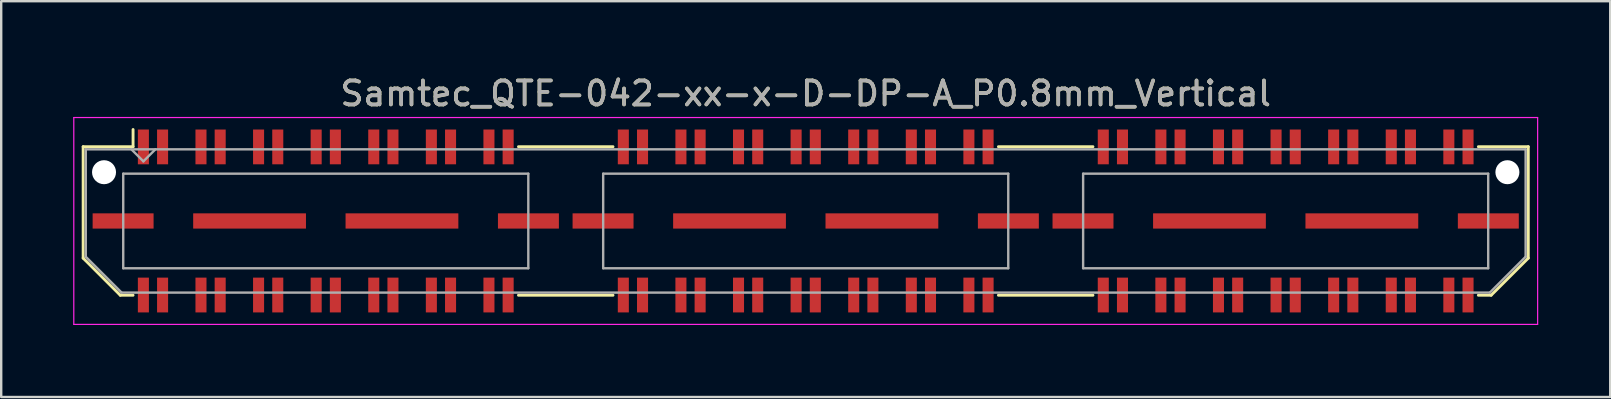
<source format=kicad_pcb>
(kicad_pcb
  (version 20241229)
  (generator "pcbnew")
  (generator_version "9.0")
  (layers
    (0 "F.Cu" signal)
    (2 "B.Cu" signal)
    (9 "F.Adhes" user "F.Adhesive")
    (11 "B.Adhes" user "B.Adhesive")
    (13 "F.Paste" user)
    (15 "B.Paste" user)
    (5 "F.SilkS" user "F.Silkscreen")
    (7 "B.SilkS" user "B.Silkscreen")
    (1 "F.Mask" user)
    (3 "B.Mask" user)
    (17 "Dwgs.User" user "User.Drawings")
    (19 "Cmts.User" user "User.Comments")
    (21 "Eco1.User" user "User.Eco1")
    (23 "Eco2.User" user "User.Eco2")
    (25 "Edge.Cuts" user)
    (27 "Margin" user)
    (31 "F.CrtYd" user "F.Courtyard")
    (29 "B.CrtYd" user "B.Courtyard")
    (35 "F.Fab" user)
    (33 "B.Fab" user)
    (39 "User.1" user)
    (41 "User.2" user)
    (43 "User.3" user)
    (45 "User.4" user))
  (footprint "Samtec_QTE-042-xx-x-D-DP-A_P0.8mm_Vertical"
    (layer "F.Cu")
    (at 30.525 6.158)
    (property "Reference" "Samtec_QTE-042-xx-x-D-DP-A_P0.8mm_Vertical" (at 0 -5.31 0) (layer "F.SilkS") (effects (font (size 1 1) (thickness 0.15))))
    (attr smd)
    (fp_line (start -30.11 -3.095) (end -30.11 1.548) (stroke (width 0.12) (type solid)) (layer "F.SilkS"))
    (fp_line (start -30.11 1.548) (end -28.562 3.095) (stroke (width 0.12) (type solid)) (layer "F.SilkS"))
    (fp_line (start -28.562 3.095) (end -28.03 3.095) (stroke (width 0.12) (type solid)) (layer "F.SilkS"))
    (fp_line (start -28.03 -3.811) (end -28.03 -3.095) (stroke (width 0.12) (type solid)) (layer "F.SilkS"))
    (fp_line (start -28.03 -3.095) (end -30.11 -3.095) (stroke (width 0.12) (type solid)) (layer "F.SilkS"))
    (fp_line (start -11.97 -3.095) (end -8.03 -3.095) (stroke (width 0.12) (type solid)) (layer "F.SilkS"))
    (fp_line (start -11.97 3.095) (end -8.03 3.095) (stroke (width 0.12) (type solid)) (layer "F.SilkS"))
    (fp_line (start 8.03 -3.095) (end 11.97 -3.095) (stroke (width 0.12) (type solid)) (layer "F.SilkS"))
    (fp_line (start 8.03 3.095) (end 11.97 3.095) (stroke (width 0.12) (type solid)) (layer "F.SilkS"))
    (fp_line (start 28.03 -3.095) (end 30.11 -3.095) (stroke (width 0.12) (type solid)) (layer "F.SilkS"))
    (fp_line (start 28.562 3.095) (end 28.03 3.095) (stroke (width 0.12) (type solid)) (layer "F.SilkS"))
    (fp_line (start 30.11 -3.095) (end 30.11 1.548) (stroke (width 0.12) (type solid)) (layer "F.SilkS"))
    (fp_line (start 30.11 1.548) (end 28.562 3.095) (stroke (width 0.12) (type solid)) (layer "F.SilkS"))
    (fp_line (start -30.5 -4.31) (end -30.5 4.31) (stroke (width 0.05) (type solid)) (layer "F.CrtYd"))
    (fp_line (start -30.5 4.31) (end 30.5 4.31) (stroke (width 0.05) (type solid)) (layer "F.CrtYd"))
    (fp_line (start 30.5 -4.31) (end -30.5 -4.31) (stroke (width 0.05) (type solid)) (layer "F.CrtYd"))
    (fp_line (start 30.5 4.31) (end 30.5 -4.31) (stroke (width 0.05) (type solid)) (layer "F.CrtYd"))
    (fp_line (start -30 -2.985) (end -30 1.492) (stroke (width 0.1) (type solid)) (layer "F.Fab"))
    (fp_line (start -30 -2.985) (end 30 -2.985) (stroke (width 0.1) (type solid)) (layer "F.Fab"))
    (fp_line (start -30 1.492) (end -28.508 2.985) (stroke (width 0.1) (type solid)) (layer "F.Fab"))
    (fp_line (start -28.508 2.985) (end 28.508 2.985) (stroke (width 0.1) (type solid)) (layer "F.Fab"))
    (fp_line (start -28.44 -1.97) (end -28.44 1.97) (stroke (width 0.1) (type solid)) (layer "F.Fab"))
    (fp_line (start -28.44 1.97) (end -11.56 1.97) (stroke (width 0.1) (type solid)) (layer "F.Fab"))
    (fp_line (start -27.6 -2.485) (end -28.1 -2.985) (stroke (width 0.1) (type solid)) (layer "F.Fab"))
    (fp_line (start -27.1 -2.985) (end -27.6 -2.485) (stroke (width 0.1) (type solid)) (layer "F.Fab"))
    (fp_line (start -11.56 -1.97) (end -28.44 -1.97) (stroke (width 0.1) (type solid)) (layer "F.Fab"))
    (fp_line (start -11.56 1.97) (end -11.56 -1.97) (stroke (width 0.1) (type solid)) (layer "F.Fab"))
    (fp_line (start -8.44 -1.97) (end -8.44 1.97) (stroke (width 0.1) (type solid)) (layer "F.Fab"))
    (fp_line (start -8.44 1.97) (end 8.44 1.97) (stroke (width 0.1) (type solid)) (layer "F.Fab"))
    (fp_line (start 8.44 -1.97) (end -8.44 -1.97) (stroke (width 0.1) (type solid)) (layer "F.Fab"))
    (fp_line (start 8.44 1.97) (end 8.44 -1.97) (stroke (width 0.1) (type solid)) (layer "F.Fab"))
    (fp_line (start 11.56 -1.97) (end 11.56 1.97) (stroke (width 0.1) (type solid)) (layer "F.Fab"))
    (fp_line (start 11.56 1.97) (end 28.44 1.97) (stroke (width 0.1) (type solid)) (layer "F.Fab"))
    (fp_line (start 28.44 -1.97) (end 11.56 -1.97) (stroke (width 0.1) (type solid)) (layer "F.Fab"))
    (fp_line (start 28.44 1.97) (end 28.44 -1.97) (stroke (width 0.1) (type solid)) (layer "F.Fab"))
    (fp_line (start 30 -2.985) (end 30 1.492) (stroke (width 0.1) (type solid)) (layer "F.Fab"))
    (fp_line (start 30 1.492) (end 28.508 2.985) (stroke (width 0.1) (type solid)) (layer "F.Fab"))
    (fp_text user "${REFERENCE}" (at 0 -5.31 0) (layer "F.Fab") (effects (font (size 1 1) (thickness 0.15))))
    (pad "" np_thru_hole circle (at -29.24 -2.032) (size 1 1) (drill 1) (layers "*.Cu" "*.Mask"))
    (pad "" np_thru_hole circle (at 29.24 -2.032) (size 1 1) (drill 1) (layers "*.Cu" "*.Mask"))
    (pad "1" smd rect (at -27.6 -3.086) (size 0.46 1.45) (layers "F.Cu" "F.Mask" "F.Paste"))
    (pad "2" smd rect (at -27.6 3.086) (size 0.46 1.45) (layers "F.Cu" "F.Mask" "F.Paste"))
    (pad "3" smd rect (at -26.8 -3.086) (size 0.46 1.45) (layers "F.Cu" "F.Mask" "F.Paste"))
    (pad "4" smd rect (at -26.8 3.086) (size 0.46 1.45) (layers "F.Cu" "F.Mask" "F.Paste"))
    (pad "5" smd rect (at -25.2 -3.086) (size 0.46 1.45) (layers "F.Cu" "F.Mask" "F.Paste"))
    (pad "6" smd rect (at -25.2 3.086) (size 0.46 1.45) (layers "F.Cu" "F.Mask" "F.Paste"))
    (pad "7" smd rect (at -24.4 -3.086) (size 0.46 1.45) (layers "F.Cu" "F.Mask" "F.Paste"))
    (pad "8" smd rect (at -24.4 3.086) (size 0.46 1.45) (layers "F.Cu" "F.Mask" "F.Paste"))
    (pad "9" smd rect (at -22.8 -3.086) (size 0.46 1.45) (layers "F.Cu" "F.Mask" "F.Paste"))
    (pad "10" smd rect (at -22.8 3.086) (size 0.46 1.45) (layers "F.Cu" "F.Mask" "F.Paste"))
    (pad "11" smd rect (at -22 -3.086) (size 0.46 1.45) (layers "F.Cu" "F.Mask" "F.Paste"))
    (pad "12" smd rect (at -22 3.086) (size 0.46 1.45) (layers "F.Cu" "F.Mask" "F.Paste"))
    (pad "13" smd rect (at -20.4 -3.086) (size 0.46 1.45) (layers "F.Cu" "F.Mask" "F.Paste"))
    (pad "14" smd rect (at -20.4 3.086) (size 0.46 1.45) (layers "F.Cu" "F.Mask" "F.Paste"))
    (pad "15" smd rect (at -19.6 -3.086) (size 0.46 1.45) (layers "F.Cu" "F.Mask" "F.Paste"))
    (pad "16" smd rect (at -19.6 3.086) (size 0.46 1.45) (layers "F.Cu" "F.Mask" "F.Paste"))
    (pad "17" smd rect (at -18 -3.086) (size 0.46 1.45) (layers "F.Cu" "F.Mask" "F.Paste"))
    (pad "18" smd rect (at -18 3.086) (size 0.46 1.45) (layers "F.Cu" "F.Mask" "F.Paste"))
    (pad "19" smd rect (at -17.2 -3.086) (size 0.46 1.45) (layers "F.Cu" "F.Mask" "F.Paste"))
    (pad "20" smd rect (at -17.2 3.086) (size 0.46 1.45) (layers "F.Cu" "F.Mask" "F.Paste"))
    (pad "21" smd rect (at -15.6 -3.086) (size 0.46 1.45) (layers "F.Cu" "F.Mask" "F.Paste"))
    (pad "22" smd rect (at -15.6 3.086) (size 0.46 1.45) (layers "F.Cu" "F.Mask" "F.Paste"))
    (pad "23" smd rect (at -14.8 -3.086) (size 0.46 1.45) (layers "F.Cu" "F.Mask" "F.Paste"))
    (pad "24" smd rect (at -14.8 3.086) (size 0.46 1.45) (layers "F.Cu" "F.Mask" "F.Paste"))
    (pad "25" smd rect (at -13.2 -3.086) (size 0.46 1.45) (layers "F.Cu" "F.Mask" "F.Paste"))
    (pad "26" smd rect (at -13.2 3.086) (size 0.46 1.45) (layers "F.Cu" "F.Mask" "F.Paste"))
    (pad "27" smd rect (at -12.4 -3.086) (size 0.46 1.45) (layers "F.Cu" "F.Mask" "F.Paste"))
    (pad "28" smd rect (at -12.4 3.086) (size 0.46 1.45) (layers "F.Cu" "F.Mask" "F.Paste"))
    (pad "29" smd rect (at -7.6 -3.086) (size 0.46 1.45) (layers "F.Cu" "F.Mask" "F.Paste"))
    (pad "30" smd rect (at -7.6 3.086) (size 0.46 1.45) (layers "F.Cu" "F.Mask" "F.Paste"))
    (pad "31" smd rect (at -6.8 -3.086) (size 0.46 1.45) (layers "F.Cu" "F.Mask" "F.Paste"))
    (pad "32" smd rect (at -6.8 3.086) (size 0.46 1.45) (layers "F.Cu" "F.Mask" "F.Paste"))
    (pad "33" smd rect (at -5.2 -3.086) (size 0.46 1.45) (layers "F.Cu" "F.Mask" "F.Paste"))
    (pad "34" smd rect (at -5.2 3.086) (size 0.46 1.45) (layers "F.Cu" "F.Mask" "F.Paste"))
    (pad "35" smd rect (at -4.4 -3.086) (size 0.46 1.45) (layers "F.Cu" "F.Mask" "F.Paste"))
    (pad "36" smd rect (at -4.4 3.086) (size 0.46 1.45) (layers "F.Cu" "F.Mask" "F.Paste"))
    (pad "37" smd rect (at -2.8 -3.086) (size 0.46 1.45) (layers "F.Cu" "F.Mask" "F.Paste"))
    (pad "38" smd rect (at -2.8 3.086) (size 0.46 1.45) (layers "F.Cu" "F.Mask" "F.Paste"))
    (pad "39" smd rect (at -2 -3.086) (size 0.46 1.45) (layers "F.Cu" "F.Mask" "F.Paste"))
    (pad "40" smd rect (at -2 3.086) (size 0.46 1.45) (layers "F.Cu" "F.Mask" "F.Paste"))
    (pad "41" smd rect (at -0.4 -3.086) (size 0.46 1.45) (layers "F.Cu" "F.Mask" "F.Paste"))
    (pad "42" smd rect (at -0.4 3.086) (size 0.46 1.45) (layers "F.Cu" "F.Mask" "F.Paste"))
    (pad "43" smd rect (at 0.4 -3.086) (size 0.46 1.45) (layers "F.Cu" "F.Mask" "F.Paste"))
    (pad "44" smd rect (at 0.4 3.086) (size 0.46 1.45) (layers "F.Cu" "F.Mask" "F.Paste"))
    (pad "45" smd rect (at 2 -3.086) (size 0.46 1.45) (layers "F.Cu" "F.Mask" "F.Paste"))
    (pad "46" smd rect (at 2 3.086) (size 0.46 1.45) (layers "F.Cu" "F.Mask" "F.Paste"))
    (pad "47" smd rect (at 2.8 -3.086) (size 0.46 1.45) (layers "F.Cu" "F.Mask" "F.Paste"))
    (pad "48" smd rect (at 2.8 3.086) (size 0.46 1.45) (layers "F.Cu" "F.Mask" "F.Paste"))
    (pad "49" smd rect (at 4.4 -3.086) (size 0.46 1.45) (layers "F.Cu" "F.Mask" "F.Paste"))
    (pad "50" smd rect (at 4.4 3.086) (size 0.46 1.45) (layers "F.Cu" "F.Mask" "F.Paste"))
    (pad "51" smd rect (at 5.2 -3.086) (size 0.46 1.45) (layers "F.Cu" "F.Mask" "F.Paste"))
    (pad "52" smd rect (at 5.2 3.086) (size 0.46 1.45) (layers "F.Cu" "F.Mask" "F.Paste"))
    (pad "53" smd rect (at 6.8 -3.086) (size 0.46 1.45) (layers "F.Cu" "F.Mask" "F.Paste"))
    (pad "54" smd rect (at 6.8 3.086) (size 0.46 1.45) (layers "F.Cu" "F.Mask" "F.Paste"))
    (pad "55" smd rect (at 7.6 -3.086) (size 0.46 1.45) (layers "F.Cu" "F.Mask" "F.Paste"))
    (pad "56" smd rect (at 7.6 3.086) (size 0.46 1.45) (layers "F.Cu" "F.Mask" "F.Paste"))
    (pad "57" smd rect (at 12.4 -3.086) (size 0.46 1.45) (layers "F.Cu" "F.Mask" "F.Paste"))
    (pad "58" smd rect (at 12.4 3.086) (size 0.46 1.45) (layers "F.Cu" "F.Mask" "F.Paste"))
    (pad "59" smd rect (at 13.2 -3.086) (size 0.46 1.45) (layers "F.Cu" "F.Mask" "F.Paste"))
    (pad "60" smd rect (at 13.2 3.086) (size 0.46 1.45) (layers "F.Cu" "F.Mask" "F.Paste"))
    (pad "61" smd rect (at 14.8 -3.086) (size 0.46 1.45) (layers "F.Cu" "F.Mask" "F.Paste"))
    (pad "62" smd rect (at 14.8 3.086) (size 0.46 1.45) (layers "F.Cu" "F.Mask" "F.Paste"))
    (pad "63" smd rect (at 15.6 -3.086) (size 0.46 1.45) (layers "F.Cu" "F.Mask" "F.Paste"))
    (pad "64" smd rect (at 15.6 3.086) (size 0.46 1.45) (layers "F.Cu" "F.Mask" "F.Paste"))
    (pad "65" smd rect (at 17.2 -3.086) (size 0.46 1.45) (layers "F.Cu" "F.Mask" "F.Paste"))
    (pad "66" smd rect (at 17.2 3.086) (size 0.46 1.45) (layers "F.Cu" "F.Mask" "F.Paste"))
    (pad "67" smd rect (at 18 -3.086) (size 0.46 1.45) (layers "F.Cu" "F.Mask" "F.Paste"))
    (pad "68" smd rect (at 18 3.086) (size 0.46 1.45) (layers "F.Cu" "F.Mask" "F.Paste"))
    (pad "69" smd rect (at 19.6 -3.086) (size 0.46 1.45) (layers "F.Cu" "F.Mask" "F.Paste"))
    (pad "70" smd rect (at 19.6 3.086) (size 0.46 1.45) (layers "F.Cu" "F.Mask" "F.Paste"))
    (pad "71" smd rect (at 20.4 -3.086) (size 0.46 1.45) (layers "F.Cu" "F.Mask" "F.Paste"))
    (pad "72" smd rect (at 20.4 3.086) (size 0.46 1.45) (layers "F.Cu" "F.Mask" "F.Paste"))
    (pad "73" smd rect (at 22 -3.086) (size 0.46 1.45) (layers "F.Cu" "F.Mask" "F.Paste"))
    (pad "74" smd rect (at 22 3.086) (size 0.46 1.45) (layers "F.Cu" "F.Mask" "F.Paste"))
    (pad "75" smd rect (at 22.8 -3.086) (size 0.46 1.45) (layers "F.Cu" "F.Mask" "F.Paste"))
    (pad "76" smd rect (at 22.8 3.086) (size 0.46 1.45) (layers "F.Cu" "F.Mask" "F.Paste"))
    (pad "77" smd rect (at 24.4 -3.086) (size 0.46 1.45) (layers "F.Cu" "F.Mask" "F.Paste"))
    (pad "78" smd rect (at 24.4 3.086) (size 0.46 1.45) (layers "F.Cu" "F.Mask" "F.Paste"))
    (pad "79" smd rect (at 25.2 -3.086) (size 0.46 1.45) (layers "F.Cu" "F.Mask" "F.Paste"))
    (pad "80" smd rect (at 25.2 3.086) (size 0.46 1.45) (layers "F.Cu" "F.Mask" "F.Paste"))
    (pad "81" smd rect (at 26.8 -3.086) (size 0.46 1.45) (layers "F.Cu" "F.Mask" "F.Paste"))
    (pad "82" smd rect (at 26.8 3.086) (size 0.46 1.45) (layers "F.Cu" "F.Mask" "F.Paste"))
    (pad "83" smd rect (at 27.6 -3.086) (size 0.46 1.45) (layers "F.Cu" "F.Mask" "F.Paste"))
    (pad "84" smd rect (at 27.6 3.086) (size 0.46 1.45) (layers "F.Cu" "F.Mask" "F.Paste"))
    (pad "P1" smd rect (at -28.445 0) (size 2.54 0.635) (layers "F.Cu" "F.Mask" "F.Paste"))
    (pad "P1" smd rect (at -23.175 0) (size 4.7 0.635) (layers "F.Cu" "F.Mask" "F.Paste"))
    (pad "P1" smd rect (at -16.825 0) (size 4.7 0.635) (layers "F.Cu" "F.Mask" "F.Paste"))
    (pad "P1" smd rect (at -11.555 0) (size 2.54 0.635) (layers "F.Cu" "F.Mask" "F.Paste"))
    (pad "P2" smd rect (at -8.445 0) (size 2.54 0.635) (layers "F.Cu" "F.Mask" "F.Paste"))
    (pad "P2" smd rect (at -3.175 0) (size 4.7 0.635) (layers "F.Cu" "F.Mask" "F.Paste"))
    (pad "P2" smd rect (at 3.175 0) (size 4.7 0.635) (layers "F.Cu" "F.Mask" "F.Paste"))
    (pad "P2" smd rect (at 8.445 0) (size 2.54 0.635) (layers "F.Cu" "F.Mask" "F.Paste"))
    (pad "P3" smd rect (at 11.555 0) (size 2.54 0.635) (layers "F.Cu" "F.Mask" "F.Paste"))
    (pad "P3" smd rect (at 16.825 0) (size 4.7 0.635) (layers "F.Cu" "F.Mask" "F.Paste"))
    (pad "P3" smd rect (at 23.175 0) (size 4.7 0.635) (layers "F.Cu" "F.Mask" "F.Paste"))
    (pad "P3" smd rect (at 28.445 0) (size 2.54 0.635) (layers "F.Cu" "F.Mask" "F.Paste")))
  (gr_rect
    (start -3 -3)
    (end 64.05 13.493)
    (stroke (width 0.1) (type default))
    (fill no)
    (layer "Edge.Cuts")))
</source>
